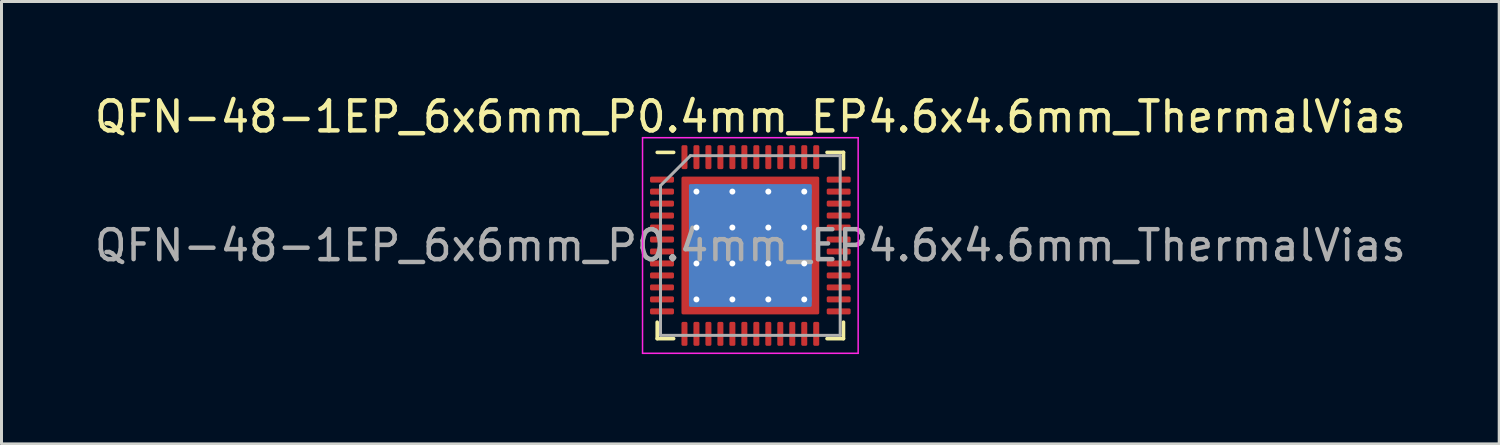
<source format=kicad_pcb>
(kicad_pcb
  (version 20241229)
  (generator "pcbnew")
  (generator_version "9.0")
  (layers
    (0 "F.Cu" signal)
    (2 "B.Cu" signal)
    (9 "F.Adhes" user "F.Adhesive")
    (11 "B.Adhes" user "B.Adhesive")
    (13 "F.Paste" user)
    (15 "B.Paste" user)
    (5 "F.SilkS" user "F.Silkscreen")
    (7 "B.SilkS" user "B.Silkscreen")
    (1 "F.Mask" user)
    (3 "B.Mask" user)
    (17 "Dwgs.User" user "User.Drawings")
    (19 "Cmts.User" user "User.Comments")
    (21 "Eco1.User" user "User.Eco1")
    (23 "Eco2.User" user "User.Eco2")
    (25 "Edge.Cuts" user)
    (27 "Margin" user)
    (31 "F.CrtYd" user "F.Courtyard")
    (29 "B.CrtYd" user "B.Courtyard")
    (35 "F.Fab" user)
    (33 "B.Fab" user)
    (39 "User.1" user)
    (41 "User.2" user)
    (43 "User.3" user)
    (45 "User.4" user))
  (footprint "QFN-48-1EP_6x6mm_P0.4mm_EP4.6x4.6mm_ThermalVias"
    (layer "F.Cu")
    (at 22.006 5.148)
    (property "Reference" "QFN-48-1EP_6x6mm_P0.4mm_EP4.6x4.6mm_ThermalVias" (at 0 -4.3 0) (layer "F.SilkS") (effects (font (size 1 1) (thickness 0.15))))
    (attr smd)
    (fp_line (start -3.11 3.11) (end -3.11 2.56) (stroke (width 0.12) (type solid)) (layer "F.SilkS"))
    (fp_line (start -2.56 -3.11) (end -3.11 -3.11) (stroke (width 0.12) (type solid)) (layer "F.SilkS"))
    (fp_line (start -2.56 3.11) (end -3.11 3.11) (stroke (width 0.12) (type solid)) (layer "F.SilkS"))
    (fp_line (start 2.56 -3.11) (end 3.11 -3.11) (stroke (width 0.12) (type solid)) (layer "F.SilkS"))
    (fp_line (start 2.56 3.11) (end 3.11 3.11) (stroke (width 0.12) (type solid)) (layer "F.SilkS"))
    (fp_line (start 3.11 -3.11) (end 3.11 -2.56) (stroke (width 0.12) (type solid)) (layer "F.SilkS"))
    (fp_line (start 3.11 3.11) (end 3.11 2.56) (stroke (width 0.12) (type solid)) (layer "F.SilkS"))
    (fp_line (start -3.6 -3.6) (end -3.6 3.6) (stroke (width 0.05) (type solid)) (layer "F.CrtYd"))
    (fp_line (start -3.6 3.6) (end 3.6 3.6) (stroke (width 0.05) (type solid)) (layer "F.CrtYd"))
    (fp_line (start 3.6 -3.6) (end -3.6 -3.6) (stroke (width 0.05) (type solid)) (layer "F.CrtYd"))
    (fp_line (start 3.6 3.6) (end 3.6 -3.6) (stroke (width 0.05) (type solid)) (layer "F.CrtYd"))
    (fp_line (start -3 -2) (end -2 -3) (stroke (width 0.1) (type solid)) (layer "F.Fab"))
    (fp_line (start -3 3) (end -3 -2) (stroke (width 0.1) (type solid)) (layer "F.Fab"))
    (fp_line (start -2 -3) (end 3 -3) (stroke (width 0.1) (type solid)) (layer "F.Fab"))
    (fp_line (start 3 -3) (end 3 3) (stroke (width 0.1) (type solid)) (layer "F.Fab"))
    (fp_line (start 3 3) (end -3 3) (stroke (width 0.1) (type solid)) (layer "F.Fab"))
    (fp_text user "${REFERENCE}" (at 0 0 0) (layer "F.Fab") (effects (font (size 1 1) (thickness 0.15))))
    (pad "" smd custom (at -2.05 -2.05) (size 0.272 0.272) (layers "F.Paste") (options (anchor circle)) (primitives (gr_poly (pts (xy -0.101 -0.101) (xy 0.101 -0.101) (xy 0.101 -0.026) (xy -0.026 0.101) (xy -0.101 0.101)) (width 0.202) (fill yes))))
    (pad "" smd custom (at -2.05 -1.2) (size 0.32 0.32) (layers "F.Paste") (options (anchor circle)) (primitives (gr_poly (pts (xy -0.118 -0.4) (xy 0.049 -0.4) (xy 0.118 -0.331) (xy 0.118 0.331) (xy 0.049 0.4) (xy -0.118 0.4)) (width 0.167) (fill yes))))
    (pad "" smd custom (at -2.05 0) (size 0.32 0.32) (layers "F.Paste") (options (anchor circle)) (primitives (gr_poly (pts (xy -0.118 -0.4) (xy 0.049 -0.4) (xy 0.118 -0.331) (xy 0.118 0.331) (xy 0.049 0.4) (xy -0.118 0.4)) (width 0.167) (fill yes))))
    (pad "" smd custom (at -2.05 1.2) (size 0.32 0.32) (layers "F.Paste") (options (anchor circle)) (primitives (gr_poly (pts (xy -0.118 -0.4) (xy 0.049 -0.4) (xy 0.118 -0.331) (xy 0.118 0.331) (xy 0.049 0.4) (xy -0.118 0.4)) (width 0.167) (fill yes))))
    (pad "" smd custom (at -2.05 2.05) (size 0.272 0.272) (layers "F.Paste") (options (anchor circle)) (primitives (gr_poly (pts (xy -0.101 -0.101) (xy -0.026 -0.101) (xy 0.101 0.026) (xy 0.101 0.101) (xy -0.101 0.101)) (width 0.202) (fill yes))))
    (pad "" smd custom (at -1.2 -2.05) (size 0.32 0.32) (layers "F.Paste") (options (anchor circle)) (primitives (gr_poly (pts (xy -0.4 -0.118) (xy 0.4 -0.118) (xy 0.4 0.049) (xy 0.331 0.118) (xy -0.331 0.118) (xy -0.4 0.049)) (width 0.167) (fill yes))))
    (pad "" smd roundrect (at -1.2 -1.2) (size 0.967 0.967) (layers "F.Paste") (roundrect_rratio 0.25))
    (pad "" smd roundrect (at -1.2 0) (size 0.967 0.967) (layers "F.Paste") (roundrect_rratio 0.25))
    (pad "" smd roundrect (at -1.2 1.2) (size 0.967 0.967) (layers "F.Paste") (roundrect_rratio 0.25))
    (pad "" smd custom (at -1.2 2.05) (size 0.32 0.32) (layers "F.Paste") (options (anchor circle)) (primitives (gr_poly (pts (xy -0.4 -0.049) (xy -0.331 -0.118) (xy 0.331 -0.118) (xy 0.4 -0.049) (xy 0.4 0.118) (xy -0.4 0.118)) (width 0.167) (fill yes))))
    (pad "" smd custom (at 0 -2.05) (size 0.32 0.32) (layers "F.Paste") (options (anchor circle)) (primitives (gr_poly (pts (xy -0.4 -0.118) (xy 0.4 -0.118) (xy 0.4 0.049) (xy 0.331 0.118) (xy -0.331 0.118) (xy -0.4 0.049)) (width 0.167) (fill yes))))
    (pad "" smd roundrect (at 0 -1.2) (size 0.967 0.967) (layers "F.Paste") (roundrect_rratio 0.25))
    (pad "" smd roundrect (at 0 0) (size 0.967 0.967) (layers "F.Paste") (roundrect_rratio 0.25))
    (pad "" smd roundrect (at 0 1.2) (size 0.967 0.967) (layers "F.Paste") (roundrect_rratio 0.25))
    (pad "" smd custom (at 0 2.05) (size 0.32 0.32) (layers "F.Paste") (options (anchor circle)) (primitives (gr_poly (pts (xy -0.4 -0.049) (xy -0.331 -0.118) (xy 0.331 -0.118) (xy 0.4 -0.049) (xy 0.4 0.118) (xy -0.4 0.118)) (width 0.167) (fill yes))))
    (pad "" smd custom (at 1.2 -2.05) (size 0.32 0.32) (layers "F.Paste") (options (anchor circle)) (primitives (gr_poly (pts (xy -0.4 -0.118) (xy 0.4 -0.118) (xy 0.4 0.049) (xy 0.331 0.118) (xy -0.331 0.118) (xy -0.4 0.049)) (width 0.167) (fill yes))))
    (pad "" smd roundrect (at 1.2 -1.2) (size 0.967 0.967) (layers "F.Paste") (roundrect_rratio 0.25))
    (pad "" smd roundrect (at 1.2 0) (size 0.967 0.967) (layers "F.Paste") (roundrect_rratio 0.25))
    (pad "" smd roundrect (at 1.2 1.2) (size 0.967 0.967) (layers "F.Paste") (roundrect_rratio 0.25))
    (pad "" smd custom (at 1.2 2.05) (size 0.32 0.32) (layers "F.Paste") (options (anchor circle)) (primitives (gr_poly (pts (xy -0.4 -0.049) (xy -0.331 -0.118) (xy 0.331 -0.118) (xy 0.4 -0.049) (xy 0.4 0.118) (xy -0.4 0.118)) (width 0.167) (fill yes))))
    (pad "" smd custom (at 2.05 -2.05) (size 0.272 0.272) (layers "F.Paste") (options (anchor circle)) (primitives (gr_poly (pts (xy -0.101 -0.101) (xy 0.101 -0.101) (xy 0.101 0.101) (xy 0.026 0.101) (xy -0.101 -0.026)) (width 0.202) (fill yes))))
    (pad "" smd custom (at 2.05 -1.2) (size 0.32 0.32) (layers "F.Paste") (options (anchor circle)) (primitives (gr_poly (pts (xy -0.118 -0.331) (xy -0.049 -0.4) (xy 0.118 -0.4) (xy 0.118 0.4) (xy -0.049 0.4) (xy -0.118 0.331)) (width 0.167) (fill yes))))
    (pad "" smd custom (at 2.05 0) (size 0.32 0.32) (layers "F.Paste") (options (anchor circle)) (primitives (gr_poly (pts (xy -0.118 -0.331) (xy -0.049 -0.4) (xy 0.118 -0.4) (xy 0.118 0.4) (xy -0.049 0.4) (xy -0.118 0.331)) (width 0.167) (fill yes))))
    (pad "" smd custom (at 2.05 1.2) (size 0.32 0.32) (layers "F.Paste") (options (anchor circle)) (primitives (gr_poly (pts (xy -0.118 -0.331) (xy -0.049 -0.4) (xy 0.118 -0.4) (xy 0.118 0.4) (xy -0.049 0.4) (xy -0.118 0.331)) (width 0.167) (fill yes))))
    (pad "" smd custom (at 2.05 2.05) (size 0.272 0.272) (layers "F.Paste") (options (anchor circle)) (primitives (gr_poly (pts (xy -0.101 0.026) (xy 0.026 -0.101) (xy 0.101 -0.101) (xy 0.101 0.101) (xy -0.101 0.101)) (width 0.202) (fill yes))))
    (pad "1" smd roundrect (at -2.95 -2.2) (size 0.8 0.2) (layers "F.Cu" "F.Mask" "F.Paste") (roundrect_rratio 0.25))
    (pad "2" smd roundrect (at -2.95 -1.8) (size 0.8 0.2) (layers "F.Cu" "F.Mask" "F.Paste") (roundrect_rratio 0.25))
    (pad "3" smd roundrect (at -2.95 -1.4) (size 0.8 0.2) (layers "F.Cu" "F.Mask" "F.Paste") (roundrect_rratio 0.25))
    (pad "4" smd roundrect (at -2.95 -1) (size 0.8 0.2) (layers "F.Cu" "F.Mask" "F.Paste") (roundrect_rratio 0.25))
    (pad "5" smd roundrect (at -2.95 -0.6) (size 0.8 0.2) (layers "F.Cu" "F.Mask" "F.Paste") (roundrect_rratio 0.25))
    (pad "6" smd roundrect (at -2.95 -0.2) (size 0.8 0.2) (layers "F.Cu" "F.Mask" "F.Paste") (roundrect_rratio 0.25))
    (pad "7" smd roundrect (at -2.95 0.2) (size 0.8 0.2) (layers "F.Cu" "F.Mask" "F.Paste") (roundrect_rratio 0.25))
    (pad "8" smd roundrect (at -2.95 0.6) (size 0.8 0.2) (layers "F.Cu" "F.Mask" "F.Paste") (roundrect_rratio 0.25))
    (pad "9" smd roundrect (at -2.95 1) (size 0.8 0.2) (layers "F.Cu" "F.Mask" "F.Paste") (roundrect_rratio 0.25))
    (pad "10" smd roundrect (at -2.95 1.4) (size 0.8 0.2) (layers "F.Cu" "F.Mask" "F.Paste") (roundrect_rratio 0.25))
    (pad "11" smd roundrect (at -2.95 1.8) (size 0.8 0.2) (layers "F.Cu" "F.Mask" "F.Paste") (roundrect_rratio 0.25))
    (pad "12" smd roundrect (at -2.95 2.2) (size 0.8 0.2) (layers "F.Cu" "F.Mask" "F.Paste") (roundrect_rratio 0.25))
    (pad "13" smd roundrect (at -2.2 2.95) (size 0.2 0.8) (layers "F.Cu" "F.Mask" "F.Paste") (roundrect_rratio 0.25))
    (pad "14" smd roundrect (at -1.8 2.95) (size 0.2 0.8) (layers "F.Cu" "F.Mask" "F.Paste") (roundrect_rratio 0.25))
    (pad "15" smd roundrect (at -1.4 2.95) (size 0.2 0.8) (layers "F.Cu" "F.Mask" "F.Paste") (roundrect_rratio 0.25))
    (pad "16" smd roundrect (at -1 2.95) (size 0.2 0.8) (layers "F.Cu" "F.Mask" "F.Paste") (roundrect_rratio 0.25))
    (pad "17" smd roundrect (at -0.6 2.95) (size 0.2 0.8) (layers "F.Cu" "F.Mask" "F.Paste") (roundrect_rratio 0.25))
    (pad "18" smd roundrect (at -0.2 2.95) (size 0.2 0.8) (layers "F.Cu" "F.Mask" "F.Paste") (roundrect_rratio 0.25))
    (pad "19" smd roundrect (at 0.2 2.95) (size 0.2 0.8) (layers "F.Cu" "F.Mask" "F.Paste") (roundrect_rratio 0.25))
    (pad "20" smd roundrect (at 0.6 2.95) (size 0.2 0.8) (layers "F.Cu" "F.Mask" "F.Paste") (roundrect_rratio 0.25))
    (pad "21" smd roundrect (at 1 2.95) (size 0.2 0.8) (layers "F.Cu" "F.Mask" "F.Paste") (roundrect_rratio 0.25))
    (pad "22" smd roundrect (at 1.4 2.95) (size 0.2 0.8) (layers "F.Cu" "F.Mask" "F.Paste") (roundrect_rratio 0.25))
    (pad "23" smd roundrect (at 1.8 2.95) (size 0.2 0.8) (layers "F.Cu" "F.Mask" "F.Paste") (roundrect_rratio 0.25))
    (pad "24" smd roundrect (at 2.2 2.95) (size 0.2 0.8) (layers "F.Cu" "F.Mask" "F.Paste") (roundrect_rratio 0.25))
    (pad "25" smd roundrect (at 2.95 2.2) (size 0.8 0.2) (layers "F.Cu" "F.Mask" "F.Paste") (roundrect_rratio 0.25))
    (pad "26" smd roundrect (at 2.95 1.8) (size 0.8 0.2) (layers "F.Cu" "F.Mask" "F.Paste") (roundrect_rratio 0.25))
    (pad "27" smd roundrect (at 2.95 1.4) (size 0.8 0.2) (layers "F.Cu" "F.Mask" "F.Paste") (roundrect_rratio 0.25))
    (pad "28" smd roundrect (at 2.95 1) (size 0.8 0.2) (layers "F.Cu" "F.Mask" "F.Paste") (roundrect_rratio 0.25))
    (pad "29" smd roundrect (at 2.95 0.6) (size 0.8 0.2) (layers "F.Cu" "F.Mask" "F.Paste") (roundrect_rratio 0.25))
    (pad "30" smd roundrect (at 2.95 0.2) (size 0.8 0.2) (layers "F.Cu" "F.Mask" "F.Paste") (roundrect_rratio 0.25))
    (pad "31" smd roundrect (at 2.95 -0.2) (size 0.8 0.2) (layers "F.Cu" "F.Mask" "F.Paste") (roundrect_rratio 0.25))
    (pad "32" smd roundrect (at 2.95 -0.6) (size 0.8 0.2) (layers "F.Cu" "F.Mask" "F.Paste") (roundrect_rratio 0.25))
    (pad "33" smd roundrect (at 2.95 -1) (size 0.8 0.2) (layers "F.Cu" "F.Mask" "F.Paste") (roundrect_rratio 0.25))
    (pad "34" smd roundrect (at 2.95 -1.4) (size 0.8 0.2) (layers "F.Cu" "F.Mask" "F.Paste") (roundrect_rratio 0.25))
    (pad "35" smd roundrect (at 2.95 -1.8) (size 0.8 0.2) (layers "F.Cu" "F.Mask" "F.Paste") (roundrect_rratio 0.25))
    (pad "36" smd roundrect (at 2.95 -2.2) (size 0.8 0.2) (layers "F.Cu" "F.Mask" "F.Paste") (roundrect_rratio 0.25))
    (pad "37" smd roundrect (at 2.2 -2.95) (size 0.2 0.8) (layers "F.Cu" "F.Mask" "F.Paste") (roundrect_rratio 0.25))
    (pad "38" smd roundrect (at 1.8 -2.95) (size 0.2 0.8) (layers "F.Cu" "F.Mask" "F.Paste") (roundrect_rratio 0.25))
    (pad "39" smd roundrect (at 1.4 -2.95) (size 0.2 0.8) (layers "F.Cu" "F.Mask" "F.Paste") (roundrect_rratio 0.25))
    (pad "40" smd roundrect (at 1 -2.95) (size 0.2 0.8) (layers "F.Cu" "F.Mask" "F.Paste") (roundrect_rratio 0.25))
    (pad "41" smd roundrect (at 0.6 -2.95) (size 0.2 0.8) (layers "F.Cu" "F.Mask" "F.Paste") (roundrect_rratio 0.25))
    (pad "42" smd roundrect (at 0.2 -2.95) (size 0.2 0.8) (layers "F.Cu" "F.Mask" "F.Paste") (roundrect_rratio 0.25))
    (pad "43" smd roundrect (at -0.2 -2.95) (size 0.2 0.8) (layers "F.Cu" "F.Mask" "F.Paste") (roundrect_rratio 0.25))
    (pad "44" smd roundrect (at -0.6 -2.95) (size 0.2 0.8) (layers "F.Cu" "F.Mask" "F.Paste") (roundrect_rratio 0.25))
    (pad "45" smd roundrect (at -1 -2.95) (size 0.2 0.8) (layers "F.Cu" "F.Mask" "F.Paste") (roundrect_rratio 0.25))
    (pad "46" smd roundrect (at -1.4 -2.95) (size 0.2 0.8) (layers "F.Cu" "F.Mask" "F.Paste") (roundrect_rratio 0.25))
    (pad "47" smd roundrect (at -1.8 -2.95) (size 0.2 0.8) (layers "F.Cu" "F.Mask" "F.Paste") (roundrect_rratio 0.25))
    (pad "48" smd roundrect (at -2.2 -2.95) (size 0.2 0.8) (layers "F.Cu" "F.Mask" "F.Paste") (roundrect_rratio 0.25))
    (pad "49" thru_hole circle (at -1.8 -1.8) (size 0.5 0.5) (drill 0.2) (layers "*.Cu"))
    (pad "49" thru_hole circle (at -1.8 -0.6) (size 0.5 0.5) (drill 0.2) (layers "*.Cu"))
    (pad "49" thru_hole circle (at -1.8 0.6) (size 0.5 0.5) (drill 0.2) (layers "*.Cu"))
    (pad "49" thru_hole circle (at -1.8 1.8) (size 0.5 0.5) (drill 0.2) (layers "*.Cu"))
    (pad "49" thru_hole circle (at -0.6 -1.8) (size 0.5 0.5) (drill 0.2) (layers "*.Cu"))
    (pad "49" thru_hole circle (at -0.6 -0.6) (size 0.5 0.5) (drill 0.2) (layers "*.Cu"))
    (pad "49" thru_hole circle (at -0.6 0.6) (size 0.5 0.5) (drill 0.2) (layers "*.Cu"))
    (pad "49" thru_hole circle (at -0.6 1.8) (size 0.5 0.5) (drill 0.2) (layers "*.Cu"))
    (pad "49" smd roundrect (at 0 0) (size 4.1 4.1) (layers "B.Cu") (roundrect_rratio 0.012))
    (pad "49" smd roundrect (at 0 0) (size 4.6 4.6) (layers "F.Cu" "F.Mask") (roundrect_rratio 0.011))
    (pad "49" thru_hole circle (at 0.6 -1.8) (size 0.5 0.5) (drill 0.2) (layers "*.Cu"))
    (pad "49" thru_hole circle (at 0.6 -0.6) (size 0.5 0.5) (drill 0.2) (layers "*.Cu"))
    (pad "49" thru_hole circle (at 0.6 0.6) (size 0.5 0.5) (drill 0.2) (layers "*.Cu"))
    (pad "49" thru_hole circle (at 0.6 1.8) (size 0.5 0.5) (drill 0.2) (layers "*.Cu"))
    (pad "49" thru_hole circle (at 1.8 -1.8) (size 0.5 0.5) (drill 0.2) (layers "*.Cu"))
    (pad "49" thru_hole circle (at 1.8 -0.6) (size 0.5 0.5) (drill 0.2) (layers "*.Cu"))
    (pad "49" thru_hole circle (at 1.8 0.6) (size 0.5 0.5) (drill 0.2) (layers "*.Cu"))
    (pad "49" thru_hole circle (at 1.8 1.8) (size 0.5 0.5) (drill 0.2) (layers "*.Cu")))
  (gr_rect
    (start -3 -3)
    (end 47.012 11.773)
    (stroke (width 0.1) (type default))
    (fill no)
    (layer "Edge.Cuts")))
</source>
